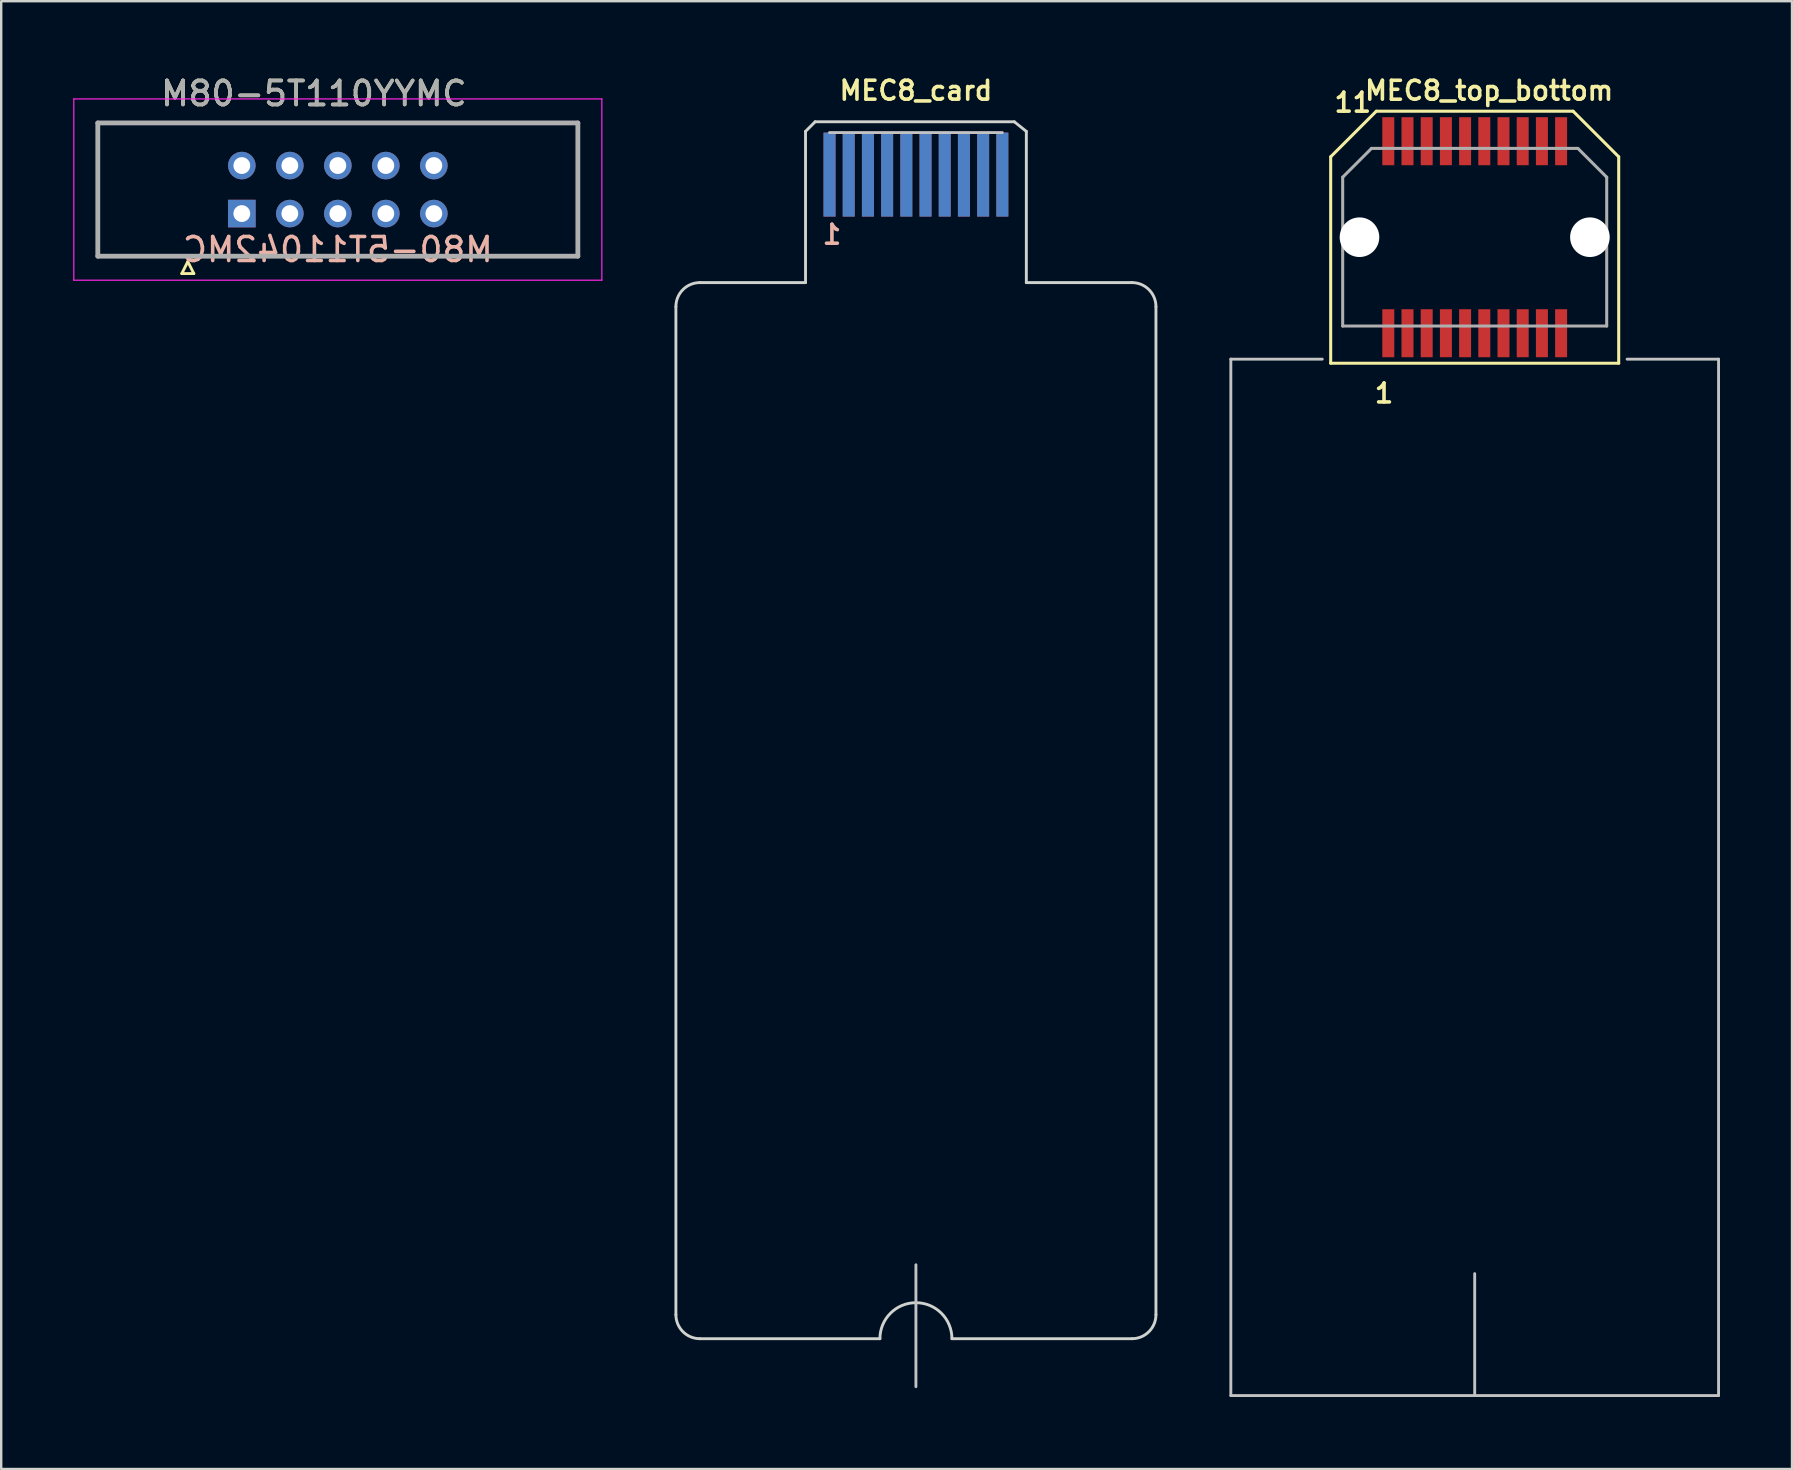
<source format=kicad_pcb>
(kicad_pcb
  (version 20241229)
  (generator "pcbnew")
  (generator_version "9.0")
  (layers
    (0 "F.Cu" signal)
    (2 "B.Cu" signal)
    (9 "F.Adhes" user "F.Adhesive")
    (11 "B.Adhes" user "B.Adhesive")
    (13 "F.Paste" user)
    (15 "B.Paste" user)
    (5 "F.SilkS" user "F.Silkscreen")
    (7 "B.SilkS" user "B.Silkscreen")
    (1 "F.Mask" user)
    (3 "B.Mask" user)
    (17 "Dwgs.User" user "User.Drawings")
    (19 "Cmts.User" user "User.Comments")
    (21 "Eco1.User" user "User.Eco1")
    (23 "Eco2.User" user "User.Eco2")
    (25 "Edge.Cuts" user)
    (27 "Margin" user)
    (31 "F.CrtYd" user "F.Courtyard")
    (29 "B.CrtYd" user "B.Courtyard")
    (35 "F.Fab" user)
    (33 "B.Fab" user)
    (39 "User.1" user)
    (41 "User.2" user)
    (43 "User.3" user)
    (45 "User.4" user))
  (footprint "MEC8_top_bottom"
    (layer "F.Cu")
    (at 58.39 6.833)
    (property "Reference" "MEC8_top_bottom" (at 0.601 -6.108 0) (layer "F.SilkS") (effects (font (size 0.788 0.788) (thickness 0.15))))
    (attr through_hole)
    (fp_line (start -6 -3.35) (end -4.1 -5.25) (stroke (width 0.127) (type solid)) (layer "F.SilkS"))
    (fp_line (start -6 5.25) (end -6 -3.35) (stroke (width 0.127) (type solid)) (layer "F.SilkS"))
    (fp_line (start -4.1 -5.25) (end 4.1 -5.25) (stroke (width 0.127) (type solid)) (layer "F.SilkS"))
    (fp_line (start 4.1 -5.25) (end 6 -3.35) (stroke (width 0.127) (type solid)) (layer "F.SilkS"))
    (fp_line (start 6 -3.35) (end 6 5.25) (stroke (width 0.127) (type solid)) (layer "F.SilkS"))
    (fp_line (start 6 5.25) (end -6 5.25) (stroke (width 0.127) (type solid)) (layer "F.SilkS"))
    (fp_line (start -10.16 5.08) (end -10.16 48.26) (stroke (width 0.12) (type solid)) (layer "Dwgs.User"))
    (fp_line (start -10.16 48.26) (end 10.16 48.26) (stroke (width 0.12) (type solid)) (layer "Dwgs.User"))
    (fp_line (start -6.35 5.08) (end -10.16 5.08) (stroke (width 0.12) (type solid)) (layer "Dwgs.User"))
    (fp_line (start 0 48.26) (end 0 43.18) (stroke (width 0.12) (type solid)) (layer "Dwgs.User"))
    (fp_line (start 10.16 5.08) (end 6.35 5.08) (stroke (width 0.12) (type solid)) (layer "Dwgs.User"))
    (fp_line (start 10.16 48.26) (end 10.16 5.08) (stroke (width 0.12) (type solid)) (layer "Dwgs.User"))
    (fp_line (start -5.5 -2.5) (end -4.3 -3.7) (stroke (width 0.127) (type solid)) (layer "F.Fab"))
    (fp_line (start -5.5 3.7) (end -5.5 -2.5) (stroke (width 0.127) (type solid)) (layer "F.Fab"))
    (fp_line (start -4.3 -3.7) (end 4.3 -3.7) (stroke (width 0.127) (type solid)) (layer "F.Fab"))
    (fp_line (start 4.3 -3.7) (end 5.5 -2.5) (stroke (width 0.127) (type solid)) (layer "F.Fab"))
    (fp_line (start 5.5 -2.5) (end 5.5 3.7) (stroke (width 0.127) (type solid)) (layer "F.Fab"))
    (fp_line (start 5.5 3.7) (end -5.5 3.7) (stroke (width 0.127) (type solid)) (layer "F.Fab"))
    (fp_text user "11" (at -5.08 -5.611 0) (layer "F.SilkS") (effects (font (size 0.789 0.789) (thickness 0.15))))
    (fp_text user "1" (at -3.778 6.505 0) (layer "F.SilkS") (effects (font (size 0.788 0.788) (thickness 0.15))))
    (pad "" np_thru_hole circle (at -4.8 0) (size 1.65 1.65) (drill 1.65) (layers "*.Cu" "*.Mask"))
    (pad "" np_thru_hole circle (at 4.8 0) (size 1.65 1.65) (drill 1.65) (layers "*.Cu" "*.Mask"))
    (pad "1" smd rect (at -3.6 4) (size 0.5 2) (layers "F.Cu" "F.Mask" "F.Paste"))
    (pad "2" smd rect (at -2.8 4) (size 0.5 2) (layers "F.Cu" "F.Mask" "F.Paste"))
    (pad "3" smd rect (at -2 4) (size 0.5 2) (layers "F.Cu" "F.Mask" "F.Paste"))
    (pad "4" smd rect (at -1.2 4) (size 0.5 2) (layers "F.Cu" "F.Mask" "F.Paste"))
    (pad "5" smd rect (at -0.4 4) (size 0.5 2) (layers "F.Cu" "F.Mask" "F.Paste"))
    (pad "6" smd rect (at 0.4 4) (size 0.5 2) (layers "F.Cu" "F.Mask" "F.Paste"))
    (pad "7" smd rect (at 1.2 4) (size 0.5 2) (layers "F.Cu" "F.Mask" "F.Paste"))
    (pad "8" smd rect (at 2 4) (size 0.5 2) (layers "F.Cu" "F.Mask" "F.Paste"))
    (pad "9" smd rect (at 2.8 4) (size 0.5 2) (layers "F.Cu" "F.Mask" "F.Paste"))
    (pad "10" smd rect (at 3.6 4) (size 0.5 2) (layers "F.Cu" "F.Mask" "F.Paste"))
    (pad "11" smd rect (at -3.6 -4) (size 0.5 2) (layers "F.Cu" "F.Mask" "F.Paste"))
    (pad "12" smd rect (at -2.8 -4) (size 0.5 2) (layers "F.Cu" "F.Mask" "F.Paste"))
    (pad "13" smd rect (at -2 -4) (size 0.5 2) (layers "F.Cu" "F.Mask" "F.Paste"))
    (pad "14" smd rect (at -1.2 -4) (size 0.5 2) (layers "F.Cu" "F.Mask" "F.Paste"))
    (pad "15" smd rect (at -0.4 -4) (size 0.5 2) (layers "F.Cu" "F.Mask" "F.Paste"))
    (pad "16" smd rect (at 0.4 -4) (size 0.5 2) (layers "F.Cu" "F.Mask" "F.Paste"))
    (pad "17" smd rect (at 1.2 -4) (size 0.5 2) (layers "F.Cu" "F.Mask" "F.Paste"))
    (pad "18" smd rect (at 2 -4) (size 0.5 2) (layers "F.Cu" "F.Mask" "F.Paste"))
    (pad "19" smd rect (at 2.8 -4) (size 0.5 2) (layers "F.Cu" "F.Mask" "F.Paste"))
    (pad "20" smd rect (at 3.6 -4) (size 0.5 2) (layers "F.Cu" "F.Mask" "F.Paste")))
  (footprint "MEC8_card"
    (layer "F.Cu")
    (at 35.11 4.224)
    (property "Reference" "MEC8_card" (at 0 -3.5 0) (layer "F.SilkS") (effects (font (size 0.788 0.788) (thickness 0.15))))
    (attr through_hole)
    (fp_line (start -3.6 -1.75) (end 3.6 -1.75) (stroke (width 0.12) (type solid)) (layer "Dwgs.User"))
    (fp_line (start 0 50.5) (end 0 45.42) (stroke (width 0.12) (type solid)) (layer "Dwgs.User"))
    (fp_line (start -10 5.5) (end -10 47.5) (stroke (width 0.12) (type solid)) (layer "Edge.Cuts"))
    (fp_line (start -9 48.5) (end -1.5 48.5) (stroke (width 0.12) (type solid)) (layer "Edge.Cuts"))
    (fp_line (start -4.6 -1.8) (end -4.6 4.5) (stroke (width 0.12) (type solid)) (layer "Edge.Cuts"))
    (fp_line (start -4.6 -1.8) (end -4.2 -2.2) (stroke (width 0.12) (type solid)) (layer "Edge.Cuts"))
    (fp_line (start -4.6 4.5) (end -9 4.5) (stroke (width 0.12) (type solid)) (layer "Edge.Cuts"))
    (fp_line (start 4.1 -2.2) (end -4.2 -2.2) (stroke (width 0.12) (type solid)) (layer "Edge.Cuts"))
    (fp_line (start 4.6 -1.8) (end 4.1 -2.2) (stroke (width 0.12) (type solid)) (layer "Edge.Cuts"))
    (fp_line (start 4.6 -1.8) (end 4.6 4.5) (stroke (width 0.12) (type solid)) (layer "Edge.Cuts"))
    (fp_line (start 4.6 4.5) (end 9 4.5) (stroke (width 0.12) (type solid)) (layer "Edge.Cuts"))
    (fp_line (start 9 48.5) (end 1.5 48.5) (stroke (width 0.12) (type solid)) (layer "Edge.Cuts"))
    (fp_line (start 10 47.5) (end 10 5.5) (stroke (width 0.12) (type solid)) (layer "Edge.Cuts"))
    (fp_arc (start -10 5.5) (mid -9.707107 4.792893) (end -9 4.5) (stroke (width 0.12) (type solid)) (layer "Edge.Cuts"))
    (fp_arc (start -9 48.5) (mid -9.707107 48.207107) (end -10 47.5) (stroke (width 0.12) (type solid)) (layer "Edge.Cuts"))
    (fp_arc (start -1.5 48.5) (mid 0 47) (end 1.5 48.5) (stroke (width 0.12) (type solid)) (layer "Edge.Cuts"))
    (fp_arc (start 9 4.5) (mid 9.707107 4.792893) (end 10 5.5) (stroke (width 0.12) (type solid)) (layer "Edge.Cuts"))
    (fp_arc (start 10 47.5) (mid 9.707107 48.207107) (end 9 48.5) (stroke (width 0.12) (type solid)) (layer "Edge.Cuts"))
    (fp_text user "1" (at -3.5 2.5 0) (layer "B.SilkS") (effects (font (size 0.789 0.789) (thickness 0.15)) (justify mirror)))
    (pad "1" smd rect (at -3.6 0) (size 0.5 3.5) (layers "B.Cu" "B.Mask" "B.Paste"))
    (pad "2" smd rect (at -2.8 0) (size 0.5 3.5) (layers "B.Cu" "B.Mask" "B.Paste"))
    (pad "3" smd rect (at -2 0) (size 0.5 3.5) (layers "B.Cu" "B.Mask" "B.Paste"))
    (pad "4" smd rect (at -1.2 0) (size 0.5 3.5) (layers "B.Cu" "B.Mask" "B.Paste"))
    (pad "5" smd rect (at -0.4 0) (size 0.5 3.5) (layers "B.Cu" "B.Mask" "B.Paste"))
    (pad "6" smd rect (at 0.4 0) (size 0.5 3.5) (layers "B.Cu" "B.Mask" "B.Paste"))
    (pad "7" smd rect (at 1.2 0) (size 0.5 3.5) (layers "B.Cu" "B.Mask" "B.Paste"))
    (pad "8" smd rect (at 2 0) (size 0.5 3.5) (layers "B.Cu" "B.Mask" "B.Paste"))
    (pad "9" smd rect (at 2.8 0) (size 0.5 3.5) (layers "B.Cu" "B.Mask" "B.Paste"))
    (pad "10" smd rect (at 3.6 0) (size 0.5 3.5) (layers "B.Cu" "B.Mask" "B.Paste"))
    (pad "11" smd rect (at -3.6 0) (size 0.5 3.5) (layers "F.Cu" "F.Mask" "F.Paste"))
    (pad "12" smd rect (at -2.8 0) (size 0.5 3.5) (layers "F.Cu" "F.Mask" "F.Paste"))
    (pad "13" smd rect (at -2 0) (size 0.5 3.5) (layers "F.Cu" "F.Mask" "F.Paste"))
    (pad "14" smd rect (at -1.2 0) (size 0.5 3.5) (layers "F.Cu" "F.Mask" "F.Paste"))
    (pad "15" smd rect (at -0.4 0) (size 0.5 3.5) (layers "F.Cu" "F.Mask" "F.Paste"))
    (pad "16" smd rect (at 0.4 0) (size 0.5 3.5) (layers "F.Cu" "F.Mask" "F.Paste"))
    (pad "17" smd rect (at 1.2 0) (size 0.5 3.5) (layers "F.Cu" "F.Mask" "F.Paste"))
    (pad "18" smd rect (at 2 0) (size 0.5 3.5) (layers "F.Cu" "F.Mask" "F.Paste"))
    (pad "19" smd rect (at 2.8 0) (size 0.5 3.5) (layers "F.Cu" "F.Mask" "F.Paste"))
    (pad "20" smd rect (at 3.6 0) (size 0.5 3.5) (layers "F.Cu" "F.Mask" "F.Paste")))
  (footprint "M80-5T110YYMC"
    (layer "F.Cu")
    (at 7.025 5.848)
    (property "Reference" "M80-5T110YYMC" (at 3 -5 0) (layer "F.SilkS") (effects (font (size 1 1) (thickness 0.15))))
    (attr through_hole)
    (fp_line (start -6 -3.775) (end 14 -3.775) (stroke (width 0.1) (type solid)) (layer "F.SilkS"))
    (fp_line (start -6 1.775) (end -6 -3.775) (stroke (width 0.1) (type solid)) (layer "F.SilkS"))
    (fp_line (start -2.5 2.5) (end -2 2.5) (stroke (width 0.12) (type solid)) (layer "F.SilkS"))
    (fp_line (start -2.25 2) (end -2.5 2.5) (stroke (width 0.12) (type solid)) (layer "F.SilkS"))
    (fp_line (start -2 2.5) (end -2.25 2) (stroke (width 0.12) (type solid)) (layer "F.SilkS"))
    (fp_line (start 14 -3.775) (end 14 1.775) (stroke (width 0.1) (type solid)) (layer "F.SilkS"))
    (fp_line (start 14 1.775) (end -6 1.775) (stroke (width 0.1) (type solid)) (layer "F.SilkS"))
    (fp_line (start -7 -4.775) (end 15 -4.775) (stroke (width 0.05) (type solid)) (layer "F.CrtYd"))
    (fp_line (start -7 2.775) (end -7 -4.775) (stroke (width 0.05) (type solid)) (layer "F.CrtYd"))
    (fp_line (start 15 -4.775) (end 15 2.775) (stroke (width 0.05) (type solid)) (layer "F.CrtYd"))
    (fp_line (start 15 2.775) (end -7 2.775) (stroke (width 0.05) (type solid)) (layer "F.CrtYd"))
    (fp_line (start -6 -3.775) (end 14 -3.775) (stroke (width 0.2) (type solid)) (layer "F.Fab"))
    (fp_line (start -6 1.775) (end -6 -3.775) (stroke (width 0.2) (type solid)) (layer "F.Fab"))
    (fp_line (start 14 -3.775) (end 14 1.775) (stroke (width 0.2) (type solid)) (layer "F.Fab"))
    (fp_line (start 14 1.775) (end -6 1.775) (stroke (width 0.2) (type solid)) (layer "F.Fab"))
    (fp_text user "M80-5T11042MC" (at 4 1.5 0) (layer "B.SilkS") (effects (font (size 1 1) (thickness 0.15)) (justify mirror)))
    (fp_text user "${REFERENCE}" (at 3 -5 0) (layer "F.Fab") (effects (font (size 1 1) (thickness 0.15))))
    (pad "1" thru_hole rect (at 0 0) (size 1.15 1.15) (drill 0.7) (layers "*.Cu" "*.Mask"))
    (pad "2" thru_hole circle (at 2 0) (size 1.15 1.15) (drill 0.7) (layers "*.Cu" "*.Mask"))
    (pad "3" thru_hole circle (at 4 0) (size 1.15 1.15) (drill 0.7) (layers "*.Cu" "*.Mask"))
    (pad "4" thru_hole circle (at 6 0) (size 1.15 1.15) (drill 0.7) (layers "*.Cu" "*.Mask"))
    (pad "5" thru_hole circle (at 8 0) (size 1.15 1.15) (drill 0.7) (layers "*.Cu" "*.Mask"))
    (pad "6" thru_hole circle (at 0 -2) (size 1.15 1.15) (drill 0.7) (layers "*.Cu" "*.Mask"))
    (pad "7" thru_hole circle (at 2 -2) (size 1.15 1.15) (drill 0.7) (layers "*.Cu" "*.Mask"))
    (pad "8" thru_hole circle (at 4 -2) (size 1.15 1.15) (drill 0.7) (layers "*.Cu" "*.Mask"))
    (pad "9" thru_hole circle (at 6 -2) (size 1.15 1.15) (drill 0.7) (layers "*.Cu" "*.Mask"))
    (pad "10" thru_hole circle (at 8 -2) (size 1.15 1.15) (drill 0.7) (layers "*.Cu" "*.Mask")))
  (gr_rect
    (start -3 -3)
    (end 71.61 58.153)
    (stroke (width 0.1) (type default))
    (fill no)
    (layer "Edge.Cuts")))
</source>
